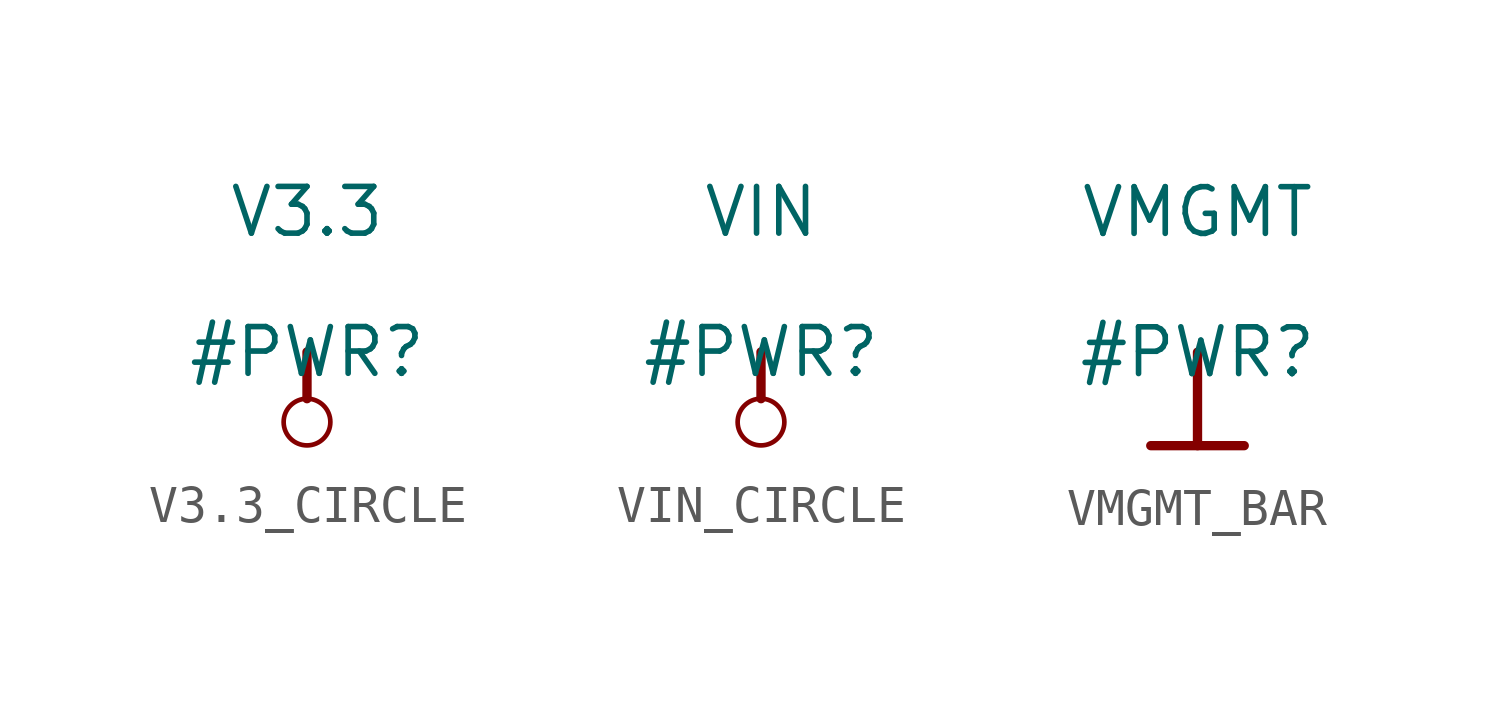
<source format=kicad_sym>
(kicad_symbol_lib
  (version 20231120)
  (generator "kicad_symbol_editor")
  (generator_version "8.0")
  (symbol "V3.3_CIRCLE"
    (power)
    (property "Reference" "#PWR"
      (at 0 0 0)
      (effects (font (size 1.27 1.27))))
    (property "Value" "V3.3"
      (at 0 3.81 0)
      (effects (font (size 1.27 1.27))))
    (symbol "V3.3_CIRCLE_0_0"
      (circle (center 0 -1.905) (radius 0.635) (stroke (width 0.127) (type solid)) (fill (type none)))
      (polyline (pts (xy 0 0) (xy 0 -1.27)) (stroke (width 0.254) (type solid)) (fill (type none)))
      (pin power_in line (at 0 0 0) (length 0) hide (name "V3.3" (effects (font (size 1.27 1.27)))) (number "" (effects (font (size 1.27 1.27)))))))
  (symbol "VIN_CIRCLE"
    (power)
    (property "Reference" "#PWR"
      (at 0 0 0)
      (effects (font (size 1.27 1.27))))
    (property "Value" "VIN"
      (at 0 3.81 0)
      (effects (font (size 1.27 1.27))))
    (symbol "VIN_CIRCLE_0_0"
      (circle (center 0 -1.905) (radius 0.635) (stroke (width 0.127) (type solid)) (fill (type none)))
      (polyline (pts (xy 0 0) (xy 0 -1.27)) (stroke (width 0.254) (type solid)) (fill (type none)))
      (pin power_in line (at 0 0 0) (length 0) hide (name "VIN" (effects (font (size 1.27 1.27)))) (number "" (effects (font (size 1.27 1.27)))))))
  (symbol "VMGMT_BAR"
    (power)
    (property "Reference" "#PWR"
      (at 0 0 0)
      (effects (font (size 1.27 1.27))))
    (property "Value" "VMGMT"
      (at 0 3.81 0)
      (effects (font (size 1.27 1.27))))
    (symbol "VMGMT_BAR_0_0"
      (polyline (pts (xy -1.27 -2.54) (xy 1.27 -2.54)) (stroke (width 0.254) (type solid)) (fill (type none)))
      (polyline (pts (xy 0 0) (xy 0 -2.54)) (stroke (width 0.254) (type solid)) (fill (type none)))
      (pin power_in line (at 0 0 0) (length 0) hide (name "VMGMT" (effects (font (size 1.27 1.27)))) (number "" (effects (font (size 1.27 1.27))))))))
</source>
